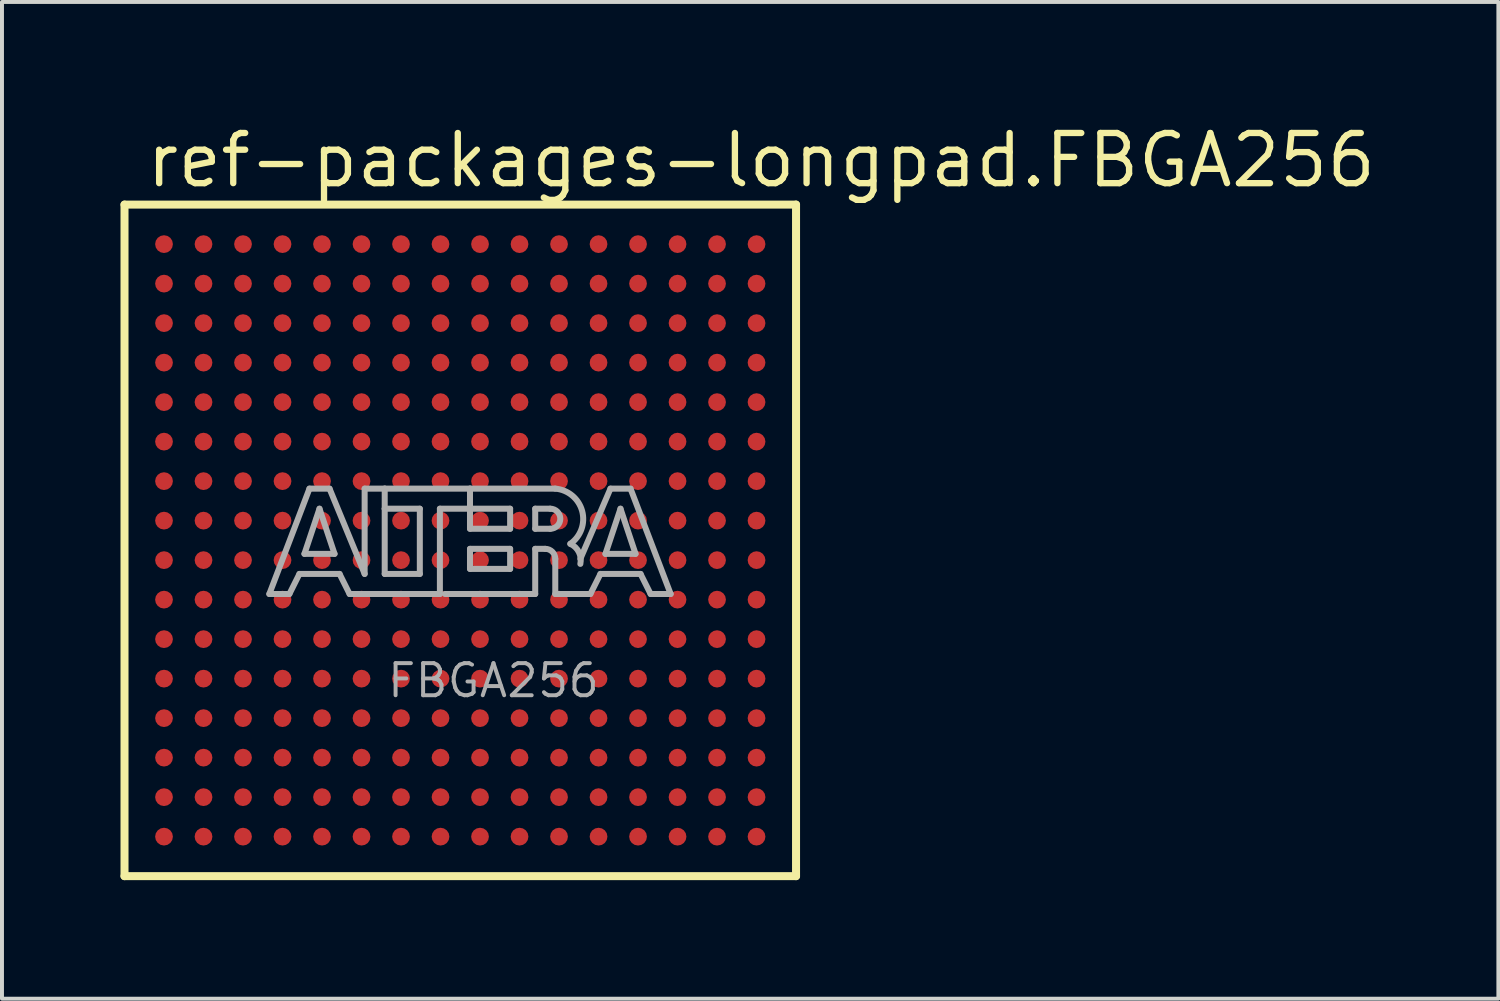
<source format=kicad_pcb>
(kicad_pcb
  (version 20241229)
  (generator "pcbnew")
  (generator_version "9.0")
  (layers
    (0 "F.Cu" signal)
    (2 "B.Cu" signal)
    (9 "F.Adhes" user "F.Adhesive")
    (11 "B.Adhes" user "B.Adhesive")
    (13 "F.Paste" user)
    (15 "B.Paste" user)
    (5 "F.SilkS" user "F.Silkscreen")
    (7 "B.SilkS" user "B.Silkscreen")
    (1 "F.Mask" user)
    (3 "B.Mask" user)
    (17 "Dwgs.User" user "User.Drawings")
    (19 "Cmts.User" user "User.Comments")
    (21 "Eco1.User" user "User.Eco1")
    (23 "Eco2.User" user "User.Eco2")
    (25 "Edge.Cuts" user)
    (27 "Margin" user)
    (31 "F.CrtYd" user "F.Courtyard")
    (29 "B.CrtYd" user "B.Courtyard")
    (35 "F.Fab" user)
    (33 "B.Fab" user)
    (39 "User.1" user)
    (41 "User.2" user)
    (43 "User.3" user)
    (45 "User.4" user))
  (footprint "ref-packages-longpad.FBGA256"
    (layer "F.Cu")
    (at 8.602 10.63)
    (property "Reference" "ref-packages-longpad.FBGA256" (at -8.03 -8.88 0) (layer "F.SilkS") (effects (font (size 1.27 1.27) (thickness 0.16)) (justify left bottom)))
    (attr smd)
    (fp_line (start -8.5 -8.5) (end -8.5 8.5) (stroke (width 0.203) (type default)) (layer "F.SilkS"))
    (fp_line (start -8.5 8.5) (end 8.5 8.5) (stroke (width 0.203) (type default)) (layer "F.SilkS"))
    (fp_line (start 8.5 -8.5) (end -8.5 -8.5) (stroke (width 0.203) (type default)) (layer "F.SilkS"))
    (fp_line (start 8.5 8.5) (end 8.5 -8.5) (stroke (width 0.203) (type default)) (layer "F.SilkS"))
    (fp_line (start -4.834 1.357) (end -3.818 -1.31) (stroke (width 0.152) (type default)) (layer "F.Fab"))
    (fp_line (start -4.326 1.357) (end -4.834 1.357) (stroke (width 0.152) (type default)) (layer "F.Fab"))
    (fp_line (start -4.072 0.849) (end -4.326 1.357) (stroke (width 0.152) (type default)) (layer "F.Fab"))
    (fp_line (start -3.945 0.341) (end -3.183 0.341) (stroke (width 0.152) (type default)) (layer "F.Fab"))
    (fp_line (start -3.818 -1.31) (end -3.31 -1.31) (stroke (width 0.152) (type default)) (layer "F.Fab"))
    (fp_line (start -3.564 -0.802) (end -3.945 0.341) (stroke (width 0.152) (type default)) (layer "F.Fab"))
    (fp_line (start -3.31 -1.31) (end -2.421 0.849) (stroke (width 0.152) (type default)) (layer "F.Fab"))
    (fp_line (start -3.183 0.341) (end -3.564 -0.802) (stroke (width 0.152) (type default)) (layer "F.Fab"))
    (fp_line (start -3.056 0.849) (end -4.072 0.849) (stroke (width 0.152) (type default)) (layer "F.Fab"))
    (fp_line (start -2.802 1.357) (end -3.056 0.849) (stroke (width 0.152) (type default)) (layer "F.Fab"))
    (fp_line (start -2.421 -1.31) (end -1.913 -1.31) (stroke (width 0.152) (type default)) (layer "F.Fab"))
    (fp_line (start -2.421 0.849) (end -2.421 -1.31) (stroke (width 0.152) (type default)) (layer "F.Fab"))
    (fp_line (start -1.913 -1.31) (end -1.913 -0.802) (stroke (width 0.152) (type default)) (layer "F.Fab"))
    (fp_line (start -1.913 -1.31) (end 0.246 -1.31) (stroke (width 0.152) (type default)) (layer "F.Fab"))
    (fp_line (start -1.913 -0.802) (end -1.913 0.849) (stroke (width 0.152) (type default)) (layer "F.Fab"))
    (fp_line (start -1.913 0.849) (end -1.024 0.849) (stroke (width 0.152) (type default)) (layer "F.Fab"))
    (fp_line (start -1.024 -0.802) (end -1.913 -0.802) (stroke (width 0.152) (type default)) (layer "F.Fab"))
    (fp_line (start -1.024 0.849) (end -1.024 -0.802) (stroke (width 0.152) (type default)) (layer "F.Fab"))
    (fp_line (start -0.516 -0.802) (end -0.516 1.357) (stroke (width 0.152) (type default)) (layer "F.Fab"))
    (fp_line (start -0.516 1.357) (end -2.802 1.357) (stroke (width 0.152) (type default)) (layer "F.Fab"))
    (fp_line (start 0.246 -1.31) (end 0.246 -0.802) (stroke (width 0.152) (type default)) (layer "F.Fab"))
    (fp_line (start 0.246 -1.31) (end 2.405 -1.31) (stroke (width 0.152) (type default)) (layer "F.Fab"))
    (fp_line (start 0.246 -0.802) (end -0.516 -0.802) (stroke (width 0.152) (type default)) (layer "F.Fab"))
    (fp_line (start 0.246 -0.802) (end 0.246 -0.294) (stroke (width 0.152) (type default)) (layer "F.Fab"))
    (fp_line (start 0.246 -0.294) (end 1.262 -0.294) (stroke (width 0.152) (type default)) (layer "F.Fab"))
    (fp_line (start 0.246 0.214) (end 1.262 0.214) (stroke (width 0.152) (type default)) (layer "F.Fab"))
    (fp_line (start 0.246 0.722) (end 0.246 0.214) (stroke (width 0.152) (type default)) (layer "F.Fab"))
    (fp_line (start 1.262 -0.802) (end 0.246 -0.802) (stroke (width 0.152) (type default)) (layer "F.Fab"))
    (fp_line (start 1.262 -0.294) (end 1.262 -0.802) (stroke (width 0.152) (type default)) (layer "F.Fab"))
    (fp_line (start 1.262 0.214) (end 1.262 0.722) (stroke (width 0.152) (type default)) (layer "F.Fab"))
    (fp_line (start 1.262 0.722) (end 0.246 0.722) (stroke (width 0.152) (type default)) (layer "F.Fab"))
    (fp_line (start 1.897 -0.802) (end 1.897 -0.294) (stroke (width 0.152) (type default)) (layer "F.Fab"))
    (fp_line (start 1.897 -0.294) (end 2.278 -0.294) (stroke (width 0.152) (type default)) (layer "F.Fab"))
    (fp_line (start 1.897 0.214) (end 1.897 1.357) (stroke (width 0.152) (type default)) (layer "F.Fab"))
    (fp_line (start 1.897 0.214) (end 2.151 0.214) (stroke (width 0.152) (type default)) (layer "F.Fab"))
    (fp_line (start 1.897 1.357) (end -0.389 1.357) (stroke (width 0.152) (type default)) (layer "F.Fab"))
    (fp_line (start 2.278 -0.802) (end 1.897 -0.802) (stroke (width 0.152) (type default)) (layer "F.Fab"))
    (fp_line (start 2.405 0.468) (end 2.405 1.357) (stroke (width 0.152) (type default)) (layer "F.Fab"))
    (fp_line (start 2.405 1.357) (end 3.294 1.357) (stroke (width 0.152) (type default)) (layer "F.Fab"))
    (fp_line (start 3.294 1.357) (end 3.548 0.849) (stroke (width 0.152) (type default)) (layer "F.Fab"))
    (fp_line (start 3.548 0.849) (end 4.564 0.849) (stroke (width 0.152) (type default)) (layer "F.Fab"))
    (fp_line (start 3.675 0.341) (end 4.056 -0.802) (stroke (width 0.152) (type default)) (layer "F.Fab"))
    (fp_line (start 3.802 -1.31) (end 3.04 0.468) (stroke (width 0.152) (type default)) (layer "F.Fab"))
    (fp_line (start 4.056 -0.802) (end 4.437 0.341) (stroke (width 0.152) (type default)) (layer "F.Fab"))
    (fp_line (start 4.31 -1.31) (end 3.802 -1.31) (stroke (width 0.152) (type default)) (layer "F.Fab"))
    (fp_line (start 4.437 0.341) (end 3.675 0.341) (stroke (width 0.152) (type default)) (layer "F.Fab"))
    (fp_line (start 4.564 0.849) (end 4.818 1.357) (stroke (width 0.152) (type default)) (layer "F.Fab"))
    (fp_line (start 4.818 1.357) (end 5.326 1.357) (stroke (width 0.152) (type default)) (layer "F.Fab"))
    (fp_line (start 5.326 1.357) (end 4.31 -1.31) (stroke (width 0.152) (type default)) (layer "F.Fab"))
    (fp_arc (start 2.151 0.214) (mid 2.330605 0.288395) (end 2.405 0.468) (stroke (width 0.1524) (type default)) (layer "F.Fab"))
    (fp_arc (start 2.278 -0.802) (mid 2.532 -0.548) (end 2.278 -0.294) (stroke (width 0.1524) (type default)) (layer "F.Fab"))
    (fp_arc (start 2.405 -1.31) (mid 3.084953 -0.74477) (end 2.7861 0.0874) (stroke (width 0.1524) (type default)) (layer "F.Fab"))
    (fp_arc (start 2.7861 0.0871) (mid 3.002081 0.296587) (end 3.0398 0.5951) (stroke (width 0.1524) (type default)) (layer "F.Fab"))
    (fp_text user "FBGA256" (at -1.897 4.025 0) (layer "F.Fab") (effects (font (size 0.813 0.813) (thickness 0.1)) (justify left bottom)))
    (pad "A1" smd roundrect (at -7.5 -7.5) (size 0.45 0.45) (layers "F.Cu" "F.Mask" "F.Paste") (roundrect_rratio 0.5))
    (pad "A2" smd roundrect (at -6.5 -7.5) (size 0.45 0.45) (layers "F.Cu" "F.Mask" "F.Paste") (roundrect_rratio 0.5))
    (pad "A3" smd roundrect (at -5.5 -7.5) (size 0.45 0.45) (layers "F.Cu" "F.Mask" "F.Paste") (roundrect_rratio 0.5))
    (pad "A4" smd roundrect (at -4.5 -7.5) (size 0.45 0.45) (layers "F.Cu" "F.Mask" "F.Paste") (roundrect_rratio 0.5))
    (pad "A5" smd roundrect (at -3.5 -7.5) (size 0.45 0.45) (layers "F.Cu" "F.Mask" "F.Paste") (roundrect_rratio 0.5))
    (pad "A6" smd roundrect (at -2.5 -7.5) (size 0.45 0.45) (layers "F.Cu" "F.Mask" "F.Paste") (roundrect_rratio 0.5))
    (pad "A7" smd roundrect (at -1.5 -7.5) (size 0.45 0.45) (layers "F.Cu" "F.Mask" "F.Paste") (roundrect_rratio 0.5))
    (pad "A8" smd roundrect (at -0.5 -7.5) (size 0.45 0.45) (layers "F.Cu" "F.Mask" "F.Paste") (roundrect_rratio 0.5))
    (pad "A9" smd roundrect (at 0.5 -7.5) (size 0.45 0.45) (layers "F.Cu" "F.Mask" "F.Paste") (roundrect_rratio 0.5))
    (pad "A10" smd roundrect (at 1.5 -7.5) (size 0.45 0.45) (layers "F.Cu" "F.Mask" "F.Paste") (roundrect_rratio 0.5))
    (pad "A11" smd roundrect (at 2.5 -7.5) (size 0.45 0.45) (layers "F.Cu" "F.Mask" "F.Paste") (roundrect_rratio 0.5))
    (pad "A12" smd roundrect (at 3.5 -7.5) (size 0.45 0.45) (layers "F.Cu" "F.Mask" "F.Paste") (roundrect_rratio 0.5))
    (pad "A13" smd roundrect (at 4.5 -7.5) (size 0.45 0.45) (layers "F.Cu" "F.Mask" "F.Paste") (roundrect_rratio 0.5))
    (pad "A14" smd roundrect (at 5.5 -7.5) (size 0.45 0.45) (layers "F.Cu" "F.Mask" "F.Paste") (roundrect_rratio 0.5))
    (pad "A15" smd roundrect (at 6.5 -7.5) (size 0.45 0.45) (layers "F.Cu" "F.Mask" "F.Paste") (roundrect_rratio 0.5))
    (pad "A16" smd roundrect (at 7.5 -7.5) (size 0.45 0.45) (layers "F.Cu" "F.Mask" "F.Paste") (roundrect_rratio 0.5))
    (pad "B1" smd roundrect (at -7.5 -6.5) (size 0.45 0.45) (layers "F.Cu" "F.Mask" "F.Paste") (roundrect_rratio 0.5))
    (pad "B2" smd roundrect (at -6.5 -6.5) (size 0.45 0.45) (layers "F.Cu" "F.Mask" "F.Paste") (roundrect_rratio 0.5))
    (pad "B3" smd roundrect (at -5.5 -6.5) (size 0.45 0.45) (layers "F.Cu" "F.Mask" "F.Paste") (roundrect_rratio 0.5))
    (pad "B4" smd roundrect (at -4.5 -6.5) (size 0.45 0.45) (layers "F.Cu" "F.Mask" "F.Paste") (roundrect_rratio 0.5))
    (pad "B5" smd roundrect (at -3.5 -6.5) (size 0.45 0.45) (layers "F.Cu" "F.Mask" "F.Paste") (roundrect_rratio 0.5))
    (pad "B6" smd roundrect (at -2.5 -6.5) (size 0.45 0.45) (layers "F.Cu" "F.Mask" "F.Paste") (roundrect_rratio 0.5))
    (pad "B7" smd roundrect (at -1.5 -6.5) (size 0.45 0.45) (layers "F.Cu" "F.Mask" "F.Paste") (roundrect_rratio 0.5))
    (pad "B8" smd roundrect (at -0.5 -6.5) (size 0.45 0.45) (layers "F.Cu" "F.Mask" "F.Paste") (roundrect_rratio 0.5))
    (pad "B9" smd roundrect (at 0.5 -6.5) (size 0.45 0.45) (layers "F.Cu" "F.Mask" "F.Paste") (roundrect_rratio 0.5))
    (pad "B10" smd roundrect (at 1.5 -6.5) (size 0.45 0.45) (layers "F.Cu" "F.Mask" "F.Paste") (roundrect_rratio 0.5))
    (pad "B11" smd roundrect (at 2.5 -6.5) (size 0.45 0.45) (layers "F.Cu" "F.Mask" "F.Paste") (roundrect_rratio 0.5))
    (pad "B12" smd roundrect (at 3.5 -6.5) (size 0.45 0.45) (layers "F.Cu" "F.Mask" "F.Paste") (roundrect_rratio 0.5))
    (pad "B13" smd roundrect (at 4.5 -6.5) (size 0.45 0.45) (layers "F.Cu" "F.Mask" "F.Paste") (roundrect_rratio 0.5))
    (pad "B14" smd roundrect (at 5.5 -6.5) (size 0.45 0.45) (layers "F.Cu" "F.Mask" "F.Paste") (roundrect_rratio 0.5))
    (pad "B15" smd roundrect (at 6.5 -6.5) (size 0.45 0.45) (layers "F.Cu" "F.Mask" "F.Paste") (roundrect_rratio 0.5))
    (pad "B16" smd roundrect (at 7.5 -6.5) (size 0.45 0.45) (layers "F.Cu" "F.Mask" "F.Paste") (roundrect_rratio 0.5))
    (pad "C1" smd roundrect (at -7.5 -5.5) (size 0.45 0.45) (layers "F.Cu" "F.Mask" "F.Paste") (roundrect_rratio 0.5))
    (pad "C2" smd roundrect (at -6.5 -5.5) (size 0.45 0.45) (layers "F.Cu" "F.Mask" "F.Paste") (roundrect_rratio 0.5))
    (pad "C3" smd roundrect (at -5.5 -5.5) (size 0.45 0.45) (layers "F.Cu" "F.Mask" "F.Paste") (roundrect_rratio 0.5))
    (pad "C4" smd roundrect (at -4.5 -5.5) (size 0.45 0.45) (layers "F.Cu" "F.Mask" "F.Paste") (roundrect_rratio 0.5))
    (pad "C5" smd roundrect (at -3.5 -5.5) (size 0.45 0.45) (layers "F.Cu" "F.Mask" "F.Paste") (roundrect_rratio 0.5))
    (pad "C6" smd roundrect (at -2.5 -5.5) (size 0.45 0.45) (layers "F.Cu" "F.Mask" "F.Paste") (roundrect_rratio 0.5))
    (pad "C7" smd roundrect (at -1.5 -5.5) (size 0.45 0.45) (layers "F.Cu" "F.Mask" "F.Paste") (roundrect_rratio 0.5))
    (pad "C8" smd roundrect (at -0.5 -5.5) (size 0.45 0.45) (layers "F.Cu" "F.Mask" "F.Paste") (roundrect_rratio 0.5))
    (pad "C9" smd roundrect (at 0.5 -5.5) (size 0.45 0.45) (layers "F.Cu" "F.Mask" "F.Paste") (roundrect_rratio 0.5))
    (pad "C10" smd roundrect (at 1.5 -5.5) (size 0.45 0.45) (layers "F.Cu" "F.Mask" "F.Paste") (roundrect_rratio 0.5))
    (pad "C11" smd roundrect (at 2.5 -5.5) (size 0.45 0.45) (layers "F.Cu" "F.Mask" "F.Paste") (roundrect_rratio 0.5))
    (pad "C12" smd roundrect (at 3.5 -5.5) (size 0.45 0.45) (layers "F.Cu" "F.Mask" "F.Paste") (roundrect_rratio 0.5))
    (pad "C13" smd roundrect (at 4.5 -5.5) (size 0.45 0.45) (layers "F.Cu" "F.Mask" "F.Paste") (roundrect_rratio 0.5))
    (pad "C14" smd roundrect (at 5.5 -5.5) (size 0.45 0.45) (layers "F.Cu" "F.Mask" "F.Paste") (roundrect_rratio 0.5))
    (pad "C15" smd roundrect (at 6.5 -5.5) (size 0.45 0.45) (layers "F.Cu" "F.Mask" "F.Paste") (roundrect_rratio 0.5))
    (pad "C16" smd roundrect (at 7.5 -5.5) (size 0.45 0.45) (layers "F.Cu" "F.Mask" "F.Paste") (roundrect_rratio 0.5))
    (pad "D1" smd roundrect (at -7.5 -4.5) (size 0.45 0.45) (layers "F.Cu" "F.Mask" "F.Paste") (roundrect_rratio 0.5))
    (pad "D2" smd roundrect (at -6.5 -4.5) (size 0.45 0.45) (layers "F.Cu" "F.Mask" "F.Paste") (roundrect_rratio 0.5))
    (pad "D3" smd roundrect (at -5.5 -4.5) (size 0.45 0.45) (layers "F.Cu" "F.Mask" "F.Paste") (roundrect_rratio 0.5))
    (pad "D4" smd roundrect (at -4.5 -4.5) (size 0.45 0.45) (layers "F.Cu" "F.Mask" "F.Paste") (roundrect_rratio 0.5))
    (pad "D5" smd roundrect (at -3.5 -4.5) (size 0.45 0.45) (layers "F.Cu" "F.Mask" "F.Paste") (roundrect_rratio 0.5))
    (pad "D6" smd roundrect (at -2.5 -4.5) (size 0.45 0.45) (layers "F.Cu" "F.Mask" "F.Paste") (roundrect_rratio 0.5))
    (pad "D7" smd roundrect (at -1.5 -4.5) (size 0.45 0.45) (layers "F.Cu" "F.Mask" "F.Paste") (roundrect_rratio 0.5))
    (pad "D8" smd roundrect (at -0.5 -4.5) (size 0.45 0.45) (layers "F.Cu" "F.Mask" "F.Paste") (roundrect_rratio 0.5))
    (pad "D9" smd roundrect (at 0.5 -4.5) (size 0.45 0.45) (layers "F.Cu" "F.Mask" "F.Paste") (roundrect_rratio 0.5))
    (pad "D10" smd roundrect (at 1.5 -4.5) (size 0.45 0.45) (layers "F.Cu" "F.Mask" "F.Paste") (roundrect_rratio 0.5))
    (pad "D11" smd roundrect (at 2.5 -4.5) (size 0.45 0.45) (layers "F.Cu" "F.Mask" "F.Paste") (roundrect_rratio 0.5))
    (pad "D12" smd roundrect (at 3.5 -4.5) (size 0.45 0.45) (layers "F.Cu" "F.Mask" "F.Paste") (roundrect_rratio 0.5))
    (pad "D13" smd roundrect (at 4.5 -4.5) (size 0.45 0.45) (layers "F.Cu" "F.Mask" "F.Paste") (roundrect_rratio 0.5))
    (pad "D14" smd roundrect (at 5.5 -4.5) (size 0.45 0.45) (layers "F.Cu" "F.Mask" "F.Paste") (roundrect_rratio 0.5))
    (pad "D15" smd roundrect (at 6.5 -4.5) (size 0.45 0.45) (layers "F.Cu" "F.Mask" "F.Paste") (roundrect_rratio 0.5))
    (pad "D16" smd roundrect (at 7.5 -4.5) (size 0.45 0.45) (layers "F.Cu" "F.Mask" "F.Paste") (roundrect_rratio 0.5))
    (pad "E1" smd roundrect (at -7.5 -3.5) (size 0.45 0.45) (layers "F.Cu" "F.Mask" "F.Paste") (roundrect_rratio 0.5))
    (pad "E2" smd roundrect (at -6.5 -3.5) (size 0.45 0.45) (layers "F.Cu" "F.Mask" "F.Paste") (roundrect_rratio 0.5))
    (pad "E3" smd roundrect (at -5.5 -3.5) (size 0.45 0.45) (layers "F.Cu" "F.Mask" "F.Paste") (roundrect_rratio 0.5))
    (pad "E4" smd roundrect (at -4.5 -3.5) (size 0.45 0.45) (layers "F.Cu" "F.Mask" "F.Paste") (roundrect_rratio 0.5))
    (pad "E5" smd roundrect (at -3.5 -3.5) (size 0.45 0.45) (layers "F.Cu" "F.Mask" "F.Paste") (roundrect_rratio 0.5))
    (pad "E6" smd roundrect (at -2.5 -3.5) (size 0.45 0.45) (layers "F.Cu" "F.Mask" "F.Paste") (roundrect_rratio 0.5))
    (pad "E7" smd roundrect (at -1.5 -3.5) (size 0.45 0.45) (layers "F.Cu" "F.Mask" "F.Paste") (roundrect_rratio 0.5))
    (pad "E8" smd roundrect (at -0.5 -3.5) (size 0.45 0.45) (layers "F.Cu" "F.Mask" "F.Paste") (roundrect_rratio 0.5))
    (pad "E9" smd roundrect (at 0.5 -3.5) (size 0.45 0.45) (layers "F.Cu" "F.Mask" "F.Paste") (roundrect_rratio 0.5))
    (pad "E10" smd roundrect (at 1.5 -3.5) (size 0.45 0.45) (layers "F.Cu" "F.Mask" "F.Paste") (roundrect_rratio 0.5))
    (pad "E11" smd roundrect (at 2.5 -3.5) (size 0.45 0.45) (layers "F.Cu" "F.Mask" "F.Paste") (roundrect_rratio 0.5))
    (pad "E12" smd roundrect (at 3.5 -3.5) (size 0.45 0.45) (layers "F.Cu" "F.Mask" "F.Paste") (roundrect_rratio 0.5))
    (pad "E13" smd roundrect (at 4.5 -3.5) (size 0.45 0.45) (layers "F.Cu" "F.Mask" "F.Paste") (roundrect_rratio 0.5))
    (pad "E14" smd roundrect (at 5.5 -3.5) (size 0.45 0.45) (layers "F.Cu" "F.Mask" "F.Paste") (roundrect_rratio 0.5))
    (pad "E15" smd roundrect (at 6.5 -3.5) (size 0.45 0.45) (layers "F.Cu" "F.Mask" "F.Paste") (roundrect_rratio 0.5))
    (pad "E16" smd roundrect (at 7.5 -3.5) (size 0.45 0.45) (layers "F.Cu" "F.Mask" "F.Paste") (roundrect_rratio 0.5))
    (pad "F1" smd roundrect (at -7.5 -2.5) (size 0.45 0.45) (layers "F.Cu" "F.Mask" "F.Paste") (roundrect_rratio 0.5))
    (pad "F2" smd roundrect (at -6.5 -2.5) (size 0.45 0.45) (layers "F.Cu" "F.Mask" "F.Paste") (roundrect_rratio 0.5))
    (pad "F3" smd roundrect (at -5.5 -2.5) (size 0.45 0.45) (layers "F.Cu" "F.Mask" "F.Paste") (roundrect_rratio 0.5))
    (pad "F4" smd roundrect (at -4.5 -2.5) (size 0.45 0.45) (layers "F.Cu" "F.Mask" "F.Paste") (roundrect_rratio 0.5))
    (pad "F5" smd roundrect (at -3.5 -2.5) (size 0.45 0.45) (layers "F.Cu" "F.Mask" "F.Paste") (roundrect_rratio 0.5))
    (pad "F6" smd roundrect (at -2.5 -2.5) (size 0.45 0.45) (layers "F.Cu" "F.Mask" "F.Paste") (roundrect_rratio 0.5))
    (pad "F7" smd roundrect (at -1.5 -2.5) (size 0.45 0.45) (layers "F.Cu" "F.Mask" "F.Paste") (roundrect_rratio 0.5))
    (pad "F8" smd roundrect (at -0.5 -2.5) (size 0.45 0.45) (layers "F.Cu" "F.Mask" "F.Paste") (roundrect_rratio 0.5))
    (pad "F9" smd roundrect (at 0.5 -2.5) (size 0.45 0.45) (layers "F.Cu" "F.Mask" "F.Paste") (roundrect_rratio 0.5))
    (pad "F10" smd roundrect (at 1.5 -2.5) (size 0.45 0.45) (layers "F.Cu" "F.Mask" "F.Paste") (roundrect_rratio 0.5))
    (pad "F11" smd roundrect (at 2.5 -2.5) (size 0.45 0.45) (layers "F.Cu" "F.Mask" "F.Paste") (roundrect_rratio 0.5))
    (pad "F12" smd roundrect (at 3.5 -2.5) (size 0.45 0.45) (layers "F.Cu" "F.Mask" "F.Paste") (roundrect_rratio 0.5))
    (pad "F13" smd roundrect (at 4.5 -2.5) (size 0.45 0.45) (layers "F.Cu" "F.Mask" "F.Paste") (roundrect_rratio 0.5))
    (pad "F14" smd roundrect (at 5.5 -2.5) (size 0.45 0.45) (layers "F.Cu" "F.Mask" "F.Paste") (roundrect_rratio 0.5))
    (pad "F15" smd roundrect (at 6.5 -2.5) (size 0.45 0.45) (layers "F.Cu" "F.Mask" "F.Paste") (roundrect_rratio 0.5))
    (pad "F16" smd roundrect (at 7.5 -2.5) (size 0.45 0.45) (layers "F.Cu" "F.Mask" "F.Paste") (roundrect_rratio 0.5))
    (pad "G1" smd roundrect (at -7.5 -1.5) (size 0.45 0.45) (layers "F.Cu" "F.Mask" "F.Paste") (roundrect_rratio 0.5))
    (pad "G2" smd roundrect (at -6.5 -1.5) (size 0.45 0.45) (layers "F.Cu" "F.Mask" "F.Paste") (roundrect_rratio 0.5))
    (pad "G3" smd roundrect (at -5.5 -1.5) (size 0.45 0.45) (layers "F.Cu" "F.Mask" "F.Paste") (roundrect_rratio 0.5))
    (pad "G4" smd roundrect (at -4.5 -1.5) (size 0.45 0.45) (layers "F.Cu" "F.Mask" "F.Paste") (roundrect_rratio 0.5))
    (pad "G5" smd roundrect (at -3.5 -1.5) (size 0.45 0.45) (layers "F.Cu" "F.Mask" "F.Paste") (roundrect_rratio 0.5))
    (pad "G6" smd roundrect (at -2.5 -1.5) (size 0.45 0.45) (layers "F.Cu" "F.Mask" "F.Paste") (roundrect_rratio 0.5))
    (pad "G7" smd roundrect (at -1.5 -1.5) (size 0.45 0.45) (layers "F.Cu" "F.Mask" "F.Paste") (roundrect_rratio 0.5))
    (pad "G8" smd roundrect (at -0.5 -1.5) (size 0.45 0.45) (layers "F.Cu" "F.Mask" "F.Paste") (roundrect_rratio 0.5))
    (pad "G9" smd roundrect (at 0.5 -1.5) (size 0.45 0.45) (layers "F.Cu" "F.Mask" "F.Paste") (roundrect_rratio 0.5))
    (pad "G10" smd roundrect (at 1.5 -1.5) (size 0.45 0.45) (layers "F.Cu" "F.Mask" "F.Paste") (roundrect_rratio 0.5))
    (pad "G11" smd roundrect (at 2.5 -1.5) (size 0.45 0.45) (layers "F.Cu" "F.Mask" "F.Paste") (roundrect_rratio 0.5))
    (pad "G12" smd roundrect (at 3.5 -1.5) (size 0.45 0.45) (layers "F.Cu" "F.Mask" "F.Paste") (roundrect_rratio 0.5))
    (pad "G13" smd roundrect (at 4.5 -1.5) (size 0.45 0.45) (layers "F.Cu" "F.Mask" "F.Paste") (roundrect_rratio 0.5))
    (pad "G14" smd roundrect (at 5.5 -1.5) (size 0.45 0.45) (layers "F.Cu" "F.Mask" "F.Paste") (roundrect_rratio 0.5))
    (pad "G15" smd roundrect (at 6.5 -1.5) (size 0.45 0.45) (layers "F.Cu" "F.Mask" "F.Paste") (roundrect_rratio 0.5))
    (pad "G16" smd roundrect (at 7.5 -1.5) (size 0.45 0.45) (layers "F.Cu" "F.Mask" "F.Paste") (roundrect_rratio 0.5))
    (pad "H1" smd roundrect (at -7.5 -0.5) (size 0.45 0.45) (layers "F.Cu" "F.Mask" "F.Paste") (roundrect_rratio 0.5))
    (pad "H2" smd roundrect (at -6.5 -0.5) (size 0.45 0.45) (layers "F.Cu" "F.Mask" "F.Paste") (roundrect_rratio 0.5))
    (pad "H3" smd roundrect (at -5.5 -0.5) (size 0.45 0.45) (layers "F.Cu" "F.Mask" "F.Paste") (roundrect_rratio 0.5))
    (pad "H4" smd roundrect (at -4.5 -0.5) (size 0.45 0.45) (layers "F.Cu" "F.Mask" "F.Paste") (roundrect_rratio 0.5))
    (pad "H5" smd roundrect (at -3.5 -0.5) (size 0.45 0.45) (layers "F.Cu" "F.Mask" "F.Paste") (roundrect_rratio 0.5))
    (pad "H6" smd roundrect (at -2.5 -0.5) (size 0.45 0.45) (layers "F.Cu" "F.Mask" "F.Paste") (roundrect_rratio 0.5))
    (pad "H7" smd roundrect (at -1.5 -0.5) (size 0.45 0.45) (layers "F.Cu" "F.Mask" "F.Paste") (roundrect_rratio 0.5))
    (pad "H8" smd roundrect (at -0.5 -0.5) (size 0.45 0.45) (layers "F.Cu" "F.Mask" "F.Paste") (roundrect_rratio 0.5))
    (pad "H9" smd roundrect (at 0.5 -0.5) (size 0.45 0.45) (layers "F.Cu" "F.Mask" "F.Paste") (roundrect_rratio 0.5))
    (pad "H10" smd roundrect (at 1.5 -0.5) (size 0.45 0.45) (layers "F.Cu" "F.Mask" "F.Paste") (roundrect_rratio 0.5))
    (pad "H11" smd roundrect (at 2.5 -0.5) (size 0.45 0.45) (layers "F.Cu" "F.Mask" "F.Paste") (roundrect_rratio 0.5))
    (pad "H12" smd roundrect (at 3.5 -0.5) (size 0.45 0.45) (layers "F.Cu" "F.Mask" "F.Paste") (roundrect_rratio 0.5))
    (pad "H13" smd roundrect (at 4.5 -0.5) (size 0.45 0.45) (layers "F.Cu" "F.Mask" "F.Paste") (roundrect_rratio 0.5))
    (pad "H14" smd roundrect (at 5.5 -0.5) (size 0.45 0.45) (layers "F.Cu" "F.Mask" "F.Paste") (roundrect_rratio 0.5))
    (pad "H15" smd roundrect (at 6.5 -0.5) (size 0.45 0.45) (layers "F.Cu" "F.Mask" "F.Paste") (roundrect_rratio 0.5))
    (pad "H16" smd roundrect (at 7.5 -0.5) (size 0.45 0.45) (layers "F.Cu" "F.Mask" "F.Paste") (roundrect_rratio 0.5))
    (pad "J1" smd roundrect (at -7.5 0.5) (size 0.45 0.45) (layers "F.Cu" "F.Mask" "F.Paste") (roundrect_rratio 0.5))
    (pad "J2" smd roundrect (at -6.5 0.5) (size 0.45 0.45) (layers "F.Cu" "F.Mask" "F.Paste") (roundrect_rratio 0.5))
    (pad "J3" smd roundrect (at -5.5 0.5) (size 0.45 0.45) (layers "F.Cu" "F.Mask" "F.Paste") (roundrect_rratio 0.5))
    (pad "J4" smd roundrect (at -4.5 0.5) (size 0.45 0.45) (layers "F.Cu" "F.Mask" "F.Paste") (roundrect_rratio 0.5))
    (pad "J5" smd roundrect (at -3.5 0.5) (size 0.45 0.45) (layers "F.Cu" "F.Mask" "F.Paste") (roundrect_rratio 0.5))
    (pad "J6" smd roundrect (at -2.5 0.5) (size 0.45 0.45) (layers "F.Cu" "F.Mask" "F.Paste") (roundrect_rratio 0.5))
    (pad "J7" smd roundrect (at -1.5 0.5) (size 0.45 0.45) (layers "F.Cu" "F.Mask" "F.Paste") (roundrect_rratio 0.5))
    (pad "J8" smd roundrect (at -0.5 0.5) (size 0.45 0.45) (layers "F.Cu" "F.Mask" "F.Paste") (roundrect_rratio 0.5))
    (pad "J9" smd roundrect (at 0.5 0.5) (size 0.45 0.45) (layers "F.Cu" "F.Mask" "F.Paste") (roundrect_rratio 0.5))
    (pad "J10" smd roundrect (at 1.5 0.5) (size 0.45 0.45) (layers "F.Cu" "F.Mask" "F.Paste") (roundrect_rratio 0.5))
    (pad "J11" smd roundrect (at 2.5 0.5) (size 0.45 0.45) (layers "F.Cu" "F.Mask" "F.Paste") (roundrect_rratio 0.5))
    (pad "J12" smd roundrect (at 3.5 0.5) (size 0.45 0.45) (layers "F.Cu" "F.Mask" "F.Paste") (roundrect_rratio 0.5))
    (pad "J13" smd roundrect (at 4.5 0.5) (size 0.45 0.45) (layers "F.Cu" "F.Mask" "F.Paste") (roundrect_rratio 0.5))
    (pad "J14" smd roundrect (at 5.5 0.5) (size 0.45 0.45) (layers "F.Cu" "F.Mask" "F.Paste") (roundrect_rratio 0.5))
    (pad "J15" smd roundrect (at 6.5 0.5) (size 0.45 0.45) (layers "F.Cu" "F.Mask" "F.Paste") (roundrect_rratio 0.5))
    (pad "J16" smd roundrect (at 7.5 0.5) (size 0.45 0.45) (layers "F.Cu" "F.Mask" "F.Paste") (roundrect_rratio 0.5))
    (pad "K1" smd roundrect (at -7.5 1.5) (size 0.45 0.45) (layers "F.Cu" "F.Mask" "F.Paste") (roundrect_rratio 0.5))
    (pad "K2" smd roundrect (at -6.5 1.5) (size 0.45 0.45) (layers "F.Cu" "F.Mask" "F.Paste") (roundrect_rratio 0.5))
    (pad "K3" smd roundrect (at -5.5 1.5) (size 0.45 0.45) (layers "F.Cu" "F.Mask" "F.Paste") (roundrect_rratio 0.5))
    (pad "K4" smd roundrect (at -4.5 1.5) (size 0.45 0.45) (layers "F.Cu" "F.Mask" "F.Paste") (roundrect_rratio 0.5))
    (pad "K5" smd roundrect (at -3.5 1.5) (size 0.45 0.45) (layers "F.Cu" "F.Mask" "F.Paste") (roundrect_rratio 0.5))
    (pad "K6" smd roundrect (at -2.5 1.5) (size 0.45 0.45) (layers "F.Cu" "F.Mask" "F.Paste") (roundrect_rratio 0.5))
    (pad "K7" smd roundrect (at -1.5 1.5) (size 0.45 0.45) (layers "F.Cu" "F.Mask" "F.Paste") (roundrect_rratio 0.5))
    (pad "K8" smd roundrect (at -0.5 1.5) (size 0.45 0.45) (layers "F.Cu" "F.Mask" "F.Paste") (roundrect_rratio 0.5))
    (pad "K9" smd roundrect (at 0.5 1.5) (size 0.45 0.45) (layers "F.Cu" "F.Mask" "F.Paste") (roundrect_rratio 0.5))
    (pad "K10" smd roundrect (at 1.5 1.5) (size 0.45 0.45) (layers "F.Cu" "F.Mask" "F.Paste") (roundrect_rratio 0.5))
    (pad "K11" smd roundrect (at 2.5 1.5) (size 0.45 0.45) (layers "F.Cu" "F.Mask" "F.Paste") (roundrect_rratio 0.5))
    (pad "K12" smd roundrect (at 3.5 1.5) (size 0.45 0.45) (layers "F.Cu" "F.Mask" "F.Paste") (roundrect_rratio 0.5))
    (pad "K13" smd roundrect (at 4.5 1.5) (size 0.45 0.45) (layers "F.Cu" "F.Mask" "F.Paste") (roundrect_rratio 0.5))
    (pad "K14" smd roundrect (at 5.5 1.5) (size 0.45 0.45) (layers "F.Cu" "F.Mask" "F.Paste") (roundrect_rratio 0.5))
    (pad "K15" smd roundrect (at 6.5 1.5) (size 0.45 0.45) (layers "F.Cu" "F.Mask" "F.Paste") (roundrect_rratio 0.5))
    (pad "K16" smd roundrect (at 7.5 1.5) (size 0.45 0.45) (layers "F.Cu" "F.Mask" "F.Paste") (roundrect_rratio 0.5))
    (pad "L1" smd roundrect (at -7.5 2.5) (size 0.45 0.45) (layers "F.Cu" "F.Mask" "F.Paste") (roundrect_rratio 0.5))
    (pad "L2" smd roundrect (at -6.5 2.5) (size 0.45 0.45) (layers "F.Cu" "F.Mask" "F.Paste") (roundrect_rratio 0.5))
    (pad "L3" smd roundrect (at -5.5 2.5) (size 0.45 0.45) (layers "F.Cu" "F.Mask" "F.Paste") (roundrect_rratio 0.5))
    (pad "L4" smd roundrect (at -4.5 2.5) (size 0.45 0.45) (layers "F.Cu" "F.Mask" "F.Paste") (roundrect_rratio 0.5))
    (pad "L5" smd roundrect (at -3.5 2.5) (size 0.45 0.45) (layers "F.Cu" "F.Mask" "F.Paste") (roundrect_rratio 0.5))
    (pad "L6" smd roundrect (at -2.5 2.5) (size 0.45 0.45) (layers "F.Cu" "F.Mask" "F.Paste") (roundrect_rratio 0.5))
    (pad "L7" smd roundrect (at -1.5 2.5) (size 0.45 0.45) (layers "F.Cu" "F.Mask" "F.Paste") (roundrect_rratio 0.5))
    (pad "L8" smd roundrect (at -0.5 2.5) (size 0.45 0.45) (layers "F.Cu" "F.Mask" "F.Paste") (roundrect_rratio 0.5))
    (pad "L9" smd roundrect (at 0.5 2.5) (size 0.45 0.45) (layers "F.Cu" "F.Mask" "F.Paste") (roundrect_rratio 0.5))
    (pad "L10" smd roundrect (at 1.5 2.5) (size 0.45 0.45) (layers "F.Cu" "F.Mask" "F.Paste") (roundrect_rratio 0.5))
    (pad "L11" smd roundrect (at 2.5 2.5) (size 0.45 0.45) (layers "F.Cu" "F.Mask" "F.Paste") (roundrect_rratio 0.5))
    (pad "L12" smd roundrect (at 3.5 2.5) (size 0.45 0.45) (layers "F.Cu" "F.Mask" "F.Paste") (roundrect_rratio 0.5))
    (pad "L13" smd roundrect (at 4.5 2.5) (size 0.45 0.45) (layers "F.Cu" "F.Mask" "F.Paste") (roundrect_rratio 0.5))
    (pad "L14" smd roundrect (at 5.5 2.5) (size 0.45 0.45) (layers "F.Cu" "F.Mask" "F.Paste") (roundrect_rratio 0.5))
    (pad "L15" smd roundrect (at 6.5 2.5) (size 0.45 0.45) (layers "F.Cu" "F.Mask" "F.Paste") (roundrect_rratio 0.5))
    (pad "L16" smd roundrect (at 7.5 2.5) (size 0.45 0.45) (layers "F.Cu" "F.Mask" "F.Paste") (roundrect_rratio 0.5))
    (pad "M1" smd roundrect (at -7.5 3.5) (size 0.45 0.45) (layers "F.Cu" "F.Mask" "F.Paste") (roundrect_rratio 0.5))
    (pad "M2" smd roundrect (at -6.5 3.5) (size 0.45 0.45) (layers "F.Cu" "F.Mask" "F.Paste") (roundrect_rratio 0.5))
    (pad "M3" smd roundrect (at -5.5 3.5) (size 0.45 0.45) (layers "F.Cu" "F.Mask" "F.Paste") (roundrect_rratio 0.5))
    (pad "M4" smd roundrect (at -4.5 3.5) (size 0.45 0.45) (layers "F.Cu" "F.Mask" "F.Paste") (roundrect_rratio 0.5))
    (pad "M5" smd roundrect (at -3.5 3.5) (size 0.45 0.45) (layers "F.Cu" "F.Mask" "F.Paste") (roundrect_rratio 0.5))
    (pad "M6" smd roundrect (at -2.5 3.5) (size 0.45 0.45) (layers "F.Cu" "F.Mask" "F.Paste") (roundrect_rratio 0.5))
    (pad "M7" smd roundrect (at -1.5 3.5) (size 0.45 0.45) (layers "F.Cu" "F.Mask" "F.Paste") (roundrect_rratio 0.5))
    (pad "M8" smd roundrect (at -0.5 3.5) (size 0.45 0.45) (layers "F.Cu" "F.Mask" "F.Paste") (roundrect_rratio 0.5))
    (pad "M9" smd roundrect (at 0.5 3.5) (size 0.45 0.45) (layers "F.Cu" "F.Mask" "F.Paste") (roundrect_rratio 0.5))
    (pad "M10" smd roundrect (at 1.5 3.5) (size 0.45 0.45) (layers "F.Cu" "F.Mask" "F.Paste") (roundrect_rratio 0.5))
    (pad "M11" smd roundrect (at 2.5 3.5) (size 0.45 0.45) (layers "F.Cu" "F.Mask" "F.Paste") (roundrect_rratio 0.5))
    (pad "M12" smd roundrect (at 3.5 3.5) (size 0.45 0.45) (layers "F.Cu" "F.Mask" "F.Paste") (roundrect_rratio 0.5))
    (pad "M13" smd roundrect (at 4.5 3.5) (size 0.45 0.45) (layers "F.Cu" "F.Mask" "F.Paste") (roundrect_rratio 0.5))
    (pad "M14" smd roundrect (at 5.5 3.5) (size 0.45 0.45) (layers "F.Cu" "F.Mask" "F.Paste") (roundrect_rratio 0.5))
    (pad "M15" smd roundrect (at 6.5 3.5) (size 0.45 0.45) (layers "F.Cu" "F.Mask" "F.Paste") (roundrect_rratio 0.5))
    (pad "M16" smd roundrect (at 7.5 3.5) (size 0.45 0.45) (layers "F.Cu" "F.Mask" "F.Paste") (roundrect_rratio 0.5))
    (pad "N1" smd roundrect (at -7.5 4.5) (size 0.45 0.45) (layers "F.Cu" "F.Mask" "F.Paste") (roundrect_rratio 0.5))
    (pad "N2" smd roundrect (at -6.5 4.5) (size 0.45 0.45) (layers "F.Cu" "F.Mask" "F.Paste") (roundrect_rratio 0.5))
    (pad "N3" smd roundrect (at -5.5 4.5) (size 0.45 0.45) (layers "F.Cu" "F.Mask" "F.Paste") (roundrect_rratio 0.5))
    (pad "N4" smd roundrect (at -4.5 4.5) (size 0.45 0.45) (layers "F.Cu" "F.Mask" "F.Paste") (roundrect_rratio 0.5))
    (pad "N5" smd roundrect (at -3.5 4.5) (size 0.45 0.45) (layers "F.Cu" "F.Mask" "F.Paste") (roundrect_rratio 0.5))
    (pad "N6" smd roundrect (at -2.5 4.5) (size 0.45 0.45) (layers "F.Cu" "F.Mask" "F.Paste") (roundrect_rratio 0.5))
    (pad "N7" smd roundrect (at -1.5 4.5) (size 0.45 0.45) (layers "F.Cu" "F.Mask" "F.Paste") (roundrect_rratio 0.5))
    (pad "N8" smd roundrect (at -0.5 4.5) (size 0.45 0.45) (layers "F.Cu" "F.Mask" "F.Paste") (roundrect_rratio 0.5))
    (pad "N9" smd roundrect (at 0.5 4.5) (size 0.45 0.45) (layers "F.Cu" "F.Mask" "F.Paste") (roundrect_rratio 0.5))
    (pad "N10" smd roundrect (at 1.5 4.5) (size 0.45 0.45) (layers "F.Cu" "F.Mask" "F.Paste") (roundrect_rratio 0.5))
    (pad "N11" smd roundrect (at 2.5 4.5) (size 0.45 0.45) (layers "F.Cu" "F.Mask" "F.Paste") (roundrect_rratio 0.5))
    (pad "N12" smd roundrect (at 3.5 4.5) (size 0.45 0.45) (layers "F.Cu" "F.Mask" "F.Paste") (roundrect_rratio 0.5))
    (pad "N13" smd roundrect (at 4.5 4.5) (size 0.45 0.45) (layers "F.Cu" "F.Mask" "F.Paste") (roundrect_rratio 0.5))
    (pad "N14" smd roundrect (at 5.5 4.5) (size 0.45 0.45) (layers "F.Cu" "F.Mask" "F.Paste") (roundrect_rratio 0.5))
    (pad "N15" smd roundrect (at 6.5 4.5) (size 0.45 0.45) (layers "F.Cu" "F.Mask" "F.Paste") (roundrect_rratio 0.5))
    (pad "N16" smd roundrect (at 7.5 4.5) (size 0.45 0.45) (layers "F.Cu" "F.Mask" "F.Paste") (roundrect_rratio 0.5))
    (pad "P1" smd roundrect (at -7.5 5.5) (size 0.45 0.45) (layers "F.Cu" "F.Mask" "F.Paste") (roundrect_rratio 0.5))
    (pad "P2" smd roundrect (at -6.5 5.5) (size 0.45 0.45) (layers "F.Cu" "F.Mask" "F.Paste") (roundrect_rratio 0.5))
    (pad "P3" smd roundrect (at -5.5 5.5) (size 0.45 0.45) (layers "F.Cu" "F.Mask" "F.Paste") (roundrect_rratio 0.5))
    (pad "P4" smd roundrect (at -4.5 5.5) (size 0.45 0.45) (layers "F.Cu" "F.Mask" "F.Paste") (roundrect_rratio 0.5))
    (pad "P5" smd roundrect (at -3.5 5.5) (size 0.45 0.45) (layers "F.Cu" "F.Mask" "F.Paste") (roundrect_rratio 0.5))
    (pad "P6" smd roundrect (at -2.5 5.5) (size 0.45 0.45) (layers "F.Cu" "F.Mask" "F.Paste") (roundrect_rratio 0.5))
    (pad "P7" smd roundrect (at -1.5 5.5) (size 0.45 0.45) (layers "F.Cu" "F.Mask" "F.Paste") (roundrect_rratio 0.5))
    (pad "P8" smd roundrect (at -0.5 5.5) (size 0.45 0.45) (layers "F.Cu" "F.Mask" "F.Paste") (roundrect_rratio 0.5))
    (pad "P9" smd roundrect (at 0.5 5.5) (size 0.45 0.45) (layers "F.Cu" "F.Mask" "F.Paste") (roundrect_rratio 0.5))
    (pad "P10" smd roundrect (at 1.5 5.5) (size 0.45 0.45) (layers "F.Cu" "F.Mask" "F.Paste") (roundrect_rratio 0.5))
    (pad "P11" smd roundrect (at 2.5 5.5) (size 0.45 0.45) (layers "F.Cu" "F.Mask" "F.Paste") (roundrect_rratio 0.5))
    (pad "P12" smd roundrect (at 3.5 5.5) (size 0.45 0.45) (layers "F.Cu" "F.Mask" "F.Paste") (roundrect_rratio 0.5))
    (pad "P13" smd roundrect (at 4.5 5.5) (size 0.45 0.45) (layers "F.Cu" "F.Mask" "F.Paste") (roundrect_rratio 0.5))
    (pad "P14" smd roundrect (at 5.5 5.5) (size 0.45 0.45) (layers "F.Cu" "F.Mask" "F.Paste") (roundrect_rratio 0.5))
    (pad "P15" smd roundrect (at 6.5 5.5) (size 0.45 0.45) (layers "F.Cu" "F.Mask" "F.Paste") (roundrect_rratio 0.5))
    (pad "P16" smd roundrect (at 7.5 5.5) (size 0.45 0.45) (layers "F.Cu" "F.Mask" "F.Paste") (roundrect_rratio 0.5))
    (pad "R1" smd roundrect (at -7.5 6.5) (size 0.45 0.45) (layers "F.Cu" "F.Mask" "F.Paste") (roundrect_rratio 0.5))
    (pad "R2" smd roundrect (at -6.5 6.5) (size 0.45 0.45) (layers "F.Cu" "F.Mask" "F.Paste") (roundrect_rratio 0.5))
    (pad "R3" smd roundrect (at -5.5 6.5) (size 0.45 0.45) (layers "F.Cu" "F.Mask" "F.Paste") (roundrect_rratio 0.5))
    (pad "R4" smd roundrect (at -4.5 6.5) (size 0.45 0.45) (layers "F.Cu" "F.Mask" "F.Paste") (roundrect_rratio 0.5))
    (pad "R5" smd roundrect (at -3.5 6.5) (size 0.45 0.45) (layers "F.Cu" "F.Mask" "F.Paste") (roundrect_rratio 0.5))
    (pad "R6" smd roundrect (at -2.5 6.5) (size 0.45 0.45) (layers "F.Cu" "F.Mask" "F.Paste") (roundrect_rratio 0.5))
    (pad "R7" smd roundrect (at -1.5 6.5) (size 0.45 0.45) (layers "F.Cu" "F.Mask" "F.Paste") (roundrect_rratio 0.5))
    (pad "R8" smd roundrect (at -0.5 6.5) (size 0.45 0.45) (layers "F.Cu" "F.Mask" "F.Paste") (roundrect_rratio 0.5))
    (pad "R9" smd roundrect (at 0.5 6.5) (size 0.45 0.45) (layers "F.Cu" "F.Mask" "F.Paste") (roundrect_rratio 0.5))
    (pad "R10" smd roundrect (at 1.5 6.5) (size 0.45 0.45) (layers "F.Cu" "F.Mask" "F.Paste") (roundrect_rratio 0.5))
    (pad "R11" smd roundrect (at 2.5 6.5) (size 0.45 0.45) (layers "F.Cu" "F.Mask" "F.Paste") (roundrect_rratio 0.5))
    (pad "R12" smd roundrect (at 3.5 6.5) (size 0.45 0.45) (layers "F.Cu" "F.Mask" "F.Paste") (roundrect_rratio 0.5))
    (pad "R13" smd roundrect (at 4.5 6.5) (size 0.45 0.45) (layers "F.Cu" "F.Mask" "F.Paste") (roundrect_rratio 0.5))
    (pad "R14" smd roundrect (at 5.5 6.5) (size 0.45 0.45) (layers "F.Cu" "F.Mask" "F.Paste") (roundrect_rratio 0.5))
    (pad "R15" smd roundrect (at 6.5 6.5) (size 0.45 0.45) (layers "F.Cu" "F.Mask" "F.Paste") (roundrect_rratio 0.5))
    (pad "R16" smd roundrect (at 7.5 6.5) (size 0.45 0.45) (layers "F.Cu" "F.Mask" "F.Paste") (roundrect_rratio 0.5))
    (pad "T1" smd roundrect (at -7.5 7.5) (size 0.45 0.45) (layers "F.Cu" "F.Mask" "F.Paste") (roundrect_rratio 0.5))
    (pad "T2" smd roundrect (at -6.5 7.5) (size 0.45 0.45) (layers "F.Cu" "F.Mask" "F.Paste") (roundrect_rratio 0.5))
    (pad "T3" smd roundrect (at -5.5 7.5) (size 0.45 0.45) (layers "F.Cu" "F.Mask" "F.Paste") (roundrect_rratio 0.5))
    (pad "T4" smd roundrect (at -4.5 7.5) (size 0.45 0.45) (layers "F.Cu" "F.Mask" "F.Paste") (roundrect_rratio 0.5))
    (pad "T5" smd roundrect (at -3.5 7.5) (size 0.45 0.45) (layers "F.Cu" "F.Mask" "F.Paste") (roundrect_rratio 0.5))
    (pad "T6" smd roundrect (at -2.5 7.5) (size 0.45 0.45) (layers "F.Cu" "F.Mask" "F.Paste") (roundrect_rratio 0.5))
    (pad "T7" smd roundrect (at -1.5 7.5) (size 0.45 0.45) (layers "F.Cu" "F.Mask" "F.Paste") (roundrect_rratio 0.5))
    (pad "T8" smd roundrect (at -0.5 7.5) (size 0.45 0.45) (layers "F.Cu" "F.Mask" "F.Paste") (roundrect_rratio 0.5))
    (pad "T9" smd roundrect (at 0.5 7.5) (size 0.45 0.45) (layers "F.Cu" "F.Mask" "F.Paste") (roundrect_rratio 0.5))
    (pad "T10" smd roundrect (at 1.5 7.5) (size 0.45 0.45) (layers "F.Cu" "F.Mask" "F.Paste") (roundrect_rratio 0.5))
    (pad "T11" smd roundrect (at 2.5 7.5) (size 0.45 0.45) (layers "F.Cu" "F.Mask" "F.Paste") (roundrect_rratio 0.5))
    (pad "T12" smd roundrect (at 3.5 7.5) (size 0.45 0.45) (layers "F.Cu" "F.Mask" "F.Paste") (roundrect_rratio 0.5))
    (pad "T13" smd roundrect (at 4.5 7.5) (size 0.45 0.45) (layers "F.Cu" "F.Mask" "F.Paste") (roundrect_rratio 0.5))
    (pad "T14" smd roundrect (at 5.5 7.5) (size 0.45 0.45) (layers "F.Cu" "F.Mask" "F.Paste") (roundrect_rratio 0.5))
    (pad "T15" smd roundrect (at 6.5 7.5) (size 0.45 0.45) (layers "F.Cu" "F.Mask" "F.Paste") (roundrect_rratio 0.5))
    (pad "T16" smd roundrect (at 7.5 7.5) (size 0.45 0.45) (layers "F.Cu" "F.Mask" "F.Paste") (roundrect_rratio 0.5)))
  (gr_rect
    (start -3 -3)
    (end 34.882 22.232)
    (stroke (width 0.1) (type default))
    (fill no)
    (layer "Edge.Cuts")))
</source>
